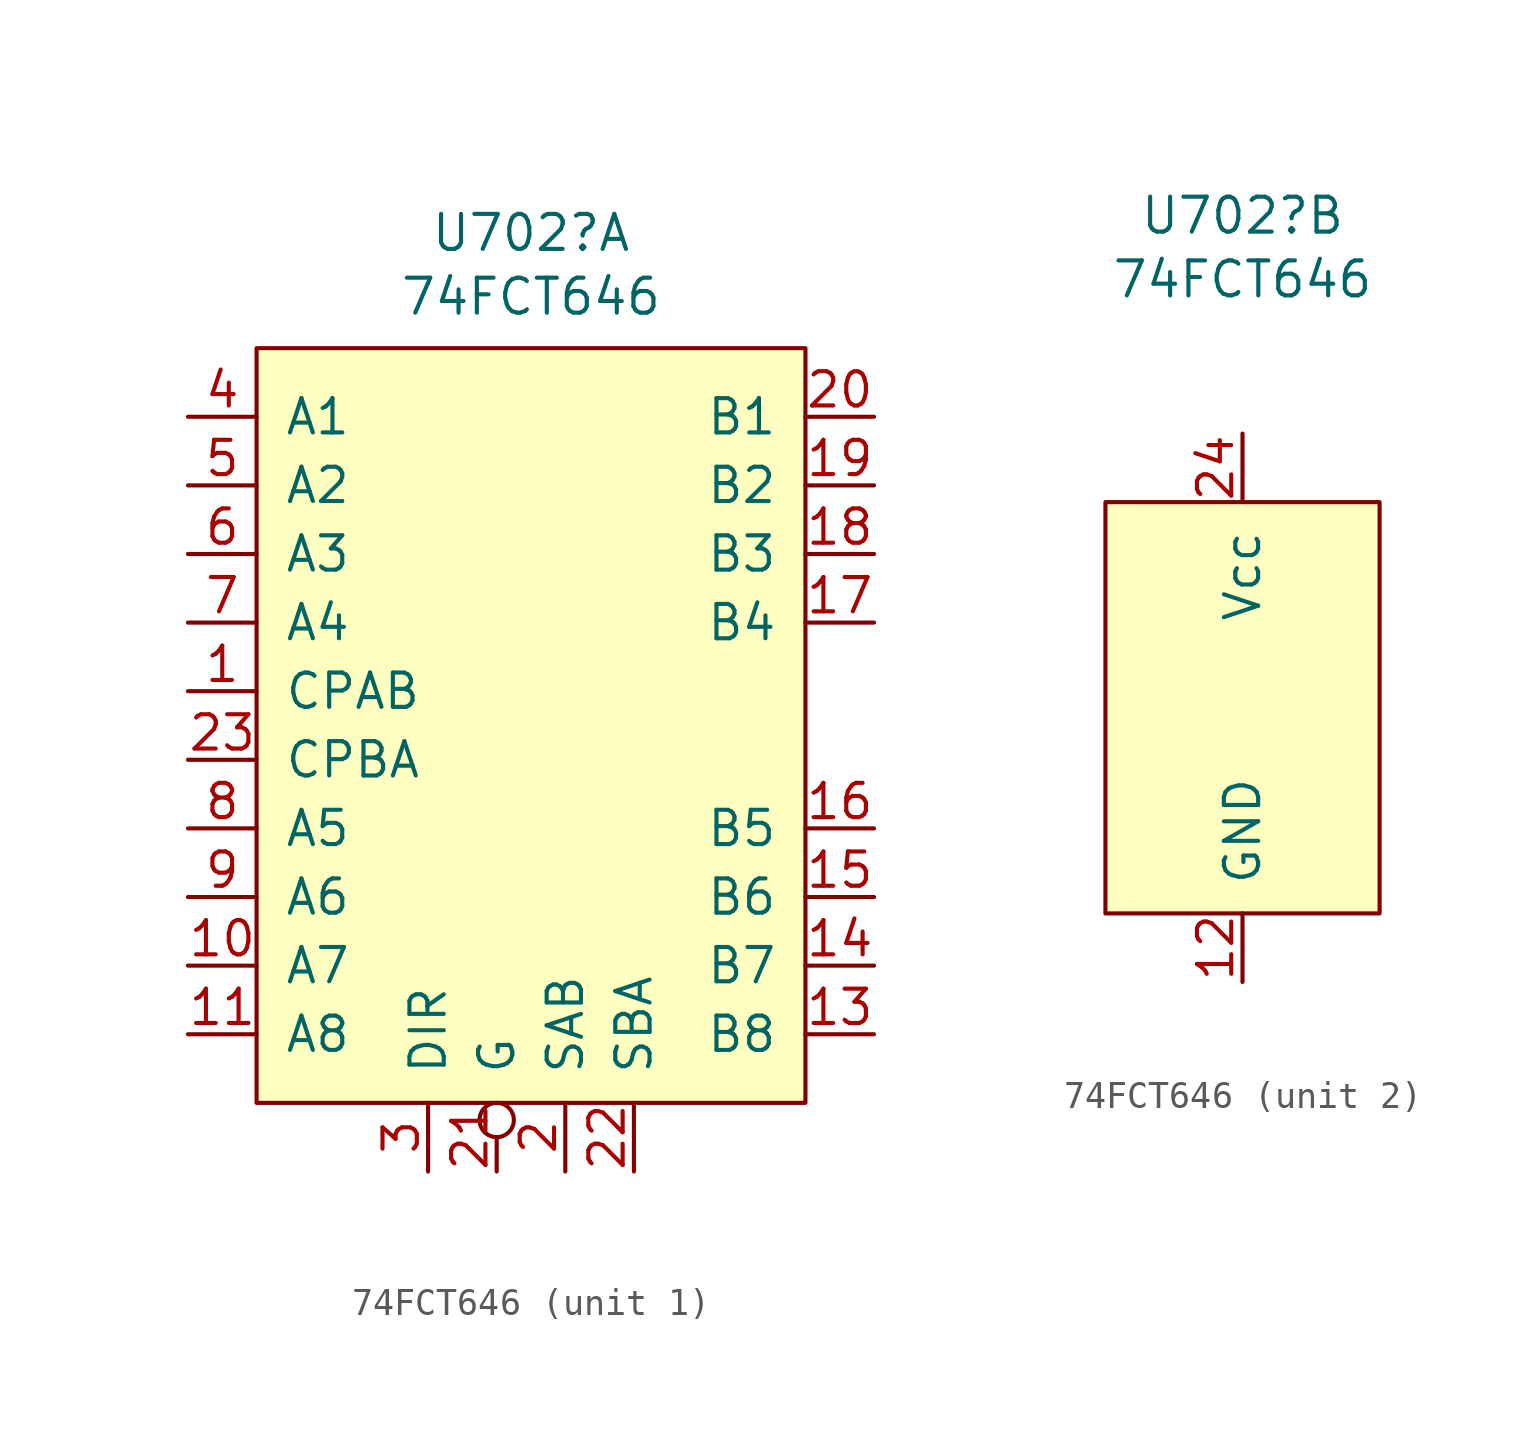
<source format=kicad_sym>
(kicad_symbol_lib
  (version 20211014)
  (generator kicad_symbol_editor)
  (symbol "74FCT646"
    (pin_names
      (offset 1.016))
    (property "Reference" "U702"
      (at 0 18.237 0)
      (effects (font (size 1.295 1.295))))
    (property "Value" "74FCT646"
      (at 0 15.875 0)
      (effects (font (size 1.295 1.295))))
    (property "ki_locked" ""
      (at 0 0 0)
      (effects (font (size 1.27 1.27))))
    (symbol "74FCT646_1_0"
      (pin input line (at -12.7 1.27 0) (length 2.54) (name "CPAB" (effects (font (size 1.27 1.27)))) (number "1" (effects (font (size 1.27 1.27)))))
      (pin bidirectional line (at -12.7 -8.89 0) (length 2.54) (name "A7" (effects (font (size 1.27 1.27)))) (number "10" (effects (font (size 1.27 1.27)))))
      (pin bidirectional line (at -12.7 -11.43 0) (length 2.54) (name "A8" (effects (font (size 1.27 1.27)))) (number "11" (effects (font (size 1.27 1.27)))))
      (pin bidirectional line (at 12.7 -11.43 180) (length 2.54) (name "B8" (effects (font (size 1.27 1.27)))) (number "13" (effects (font (size 1.27 1.27)))))
      (pin bidirectional line (at 12.7 -8.89 180) (length 2.54) (name "B7" (effects (font (size 1.27 1.27)))) (number "14" (effects (font (size 1.27 1.27)))))
      (pin bidirectional line (at 12.7 -6.35 180) (length 2.54) (name "B6" (effects (font (size 1.27 1.27)))) (number "15" (effects (font (size 1.27 1.27)))))
      (pin bidirectional line (at 12.7 -3.81 180) (length 2.54) (name "B5" (effects (font (size 1.27 1.27)))) (number "16" (effects (font (size 1.27 1.27)))))
      (pin bidirectional line (at 12.7 3.81 180) (length 2.54) (name "B4" (effects (font (size 1.27 1.27)))) (number "17" (effects (font (size 1.27 1.27)))))
      (pin bidirectional line (at 12.7 6.35 180) (length 2.54) (name "B3" (effects (font (size 1.27 1.27)))) (number "18" (effects (font (size 1.27 1.27)))))
      (pin bidirectional line (at 12.7 8.89 180) (length 2.54) (name "B2" (effects (font (size 1.27 1.27)))) (number "19" (effects (font (size 1.27 1.27)))))
      (pin input line (at 1.27 -16.51 90) (length 2.54) (name "SAB" (effects (font (size 1.27 1.27)))) (number "2" (effects (font (size 1.27 1.27)))))
      (pin bidirectional line (at 12.7 11.43 180) (length 2.54) (name "B1" (effects (font (size 1.27 1.27)))) (number "20" (effects (font (size 1.27 1.27)))))
      (pin input inverted (at -1.27 -16.51 90) (length 2.54) (name "G" (effects (font (size 1.27 1.27)))) (number "21" (effects (font (size 1.27 1.27)))))
      (pin input line (at 3.81 -16.51 90) (length 2.54) (name "SBA" (effects (font (size 1.27 1.27)))) (number "22" (effects (font (size 1.27 1.27)))))
      (pin input line (at -12.7 -1.27 0) (length 2.54) (name "CPBA" (effects (font (size 1.27 1.27)))) (number "23" (effects (font (size 1.27 1.27)))))
      (pin input line (at -3.81 -16.51 90) (length 2.54) (name "DIR" (effects (font (size 1.27 1.27)))) (number "3" (effects (font (size 1.27 1.27)))))
      (pin bidirectional line (at -12.7 11.43 0) (length 2.54) (name "A1" (effects (font (size 1.27 1.27)))) (number "4" (effects (font (size 1.27 1.27)))))
      (pin bidirectional line (at -12.7 8.89 0) (length 2.54) (name "A2" (effects (font (size 1.27 1.27)))) (number "5" (effects (font (size 1.27 1.27)))))
      (pin bidirectional line (at -12.7 6.35 0) (length 2.54) (name "A3" (effects (font (size 1.27 1.27)))) (number "6" (effects (font (size 1.27 1.27)))))
      (pin bidirectional line (at -12.7 3.81 0) (length 2.54) (name "A4" (effects (font (size 1.27 1.27)))) (number "7" (effects (font (size 1.27 1.27)))))
      (pin bidirectional line (at -12.7 -3.81 0) (length 2.54) (name "A5" (effects (font (size 1.27 1.27)))) (number "8" (effects (font (size 1.27 1.27)))))
      (pin bidirectional line (at -12.7 -6.35 0) (length 2.54) (name "A6" (effects (font (size 1.27 1.27)))) (number "9" (effects (font (size 1.27 1.27))))))
    (symbol "74FCT646_1_1"
      (rectangle (start -10.16 13.97) (end 10.16 -13.97) (stroke (width 0) (type default) (color 0 0 0 0)) (fill (type background))))
    (symbol "74FCT646_2_0"
      (pin power_in line (at 0 -10.16 90) (length 2.54) (name "GND" (effects (font (size 1.27 1.27)))) (number "12" (effects (font (size 1.27 1.27)))))
      (pin power_in line (at 0 10.16 270) (length 2.54) (name "Vcc" (effects (font (size 1.27 1.27)))) (number "24" (effects (font (size 1.27 1.27))))))
    (symbol "74FCT646_2_1"
      (rectangle (start -5.08 7.62) (end 5.08 -7.62) (stroke (width 0) (type default) (color 0 0 0 0)) (fill (type background))))))
</source>
